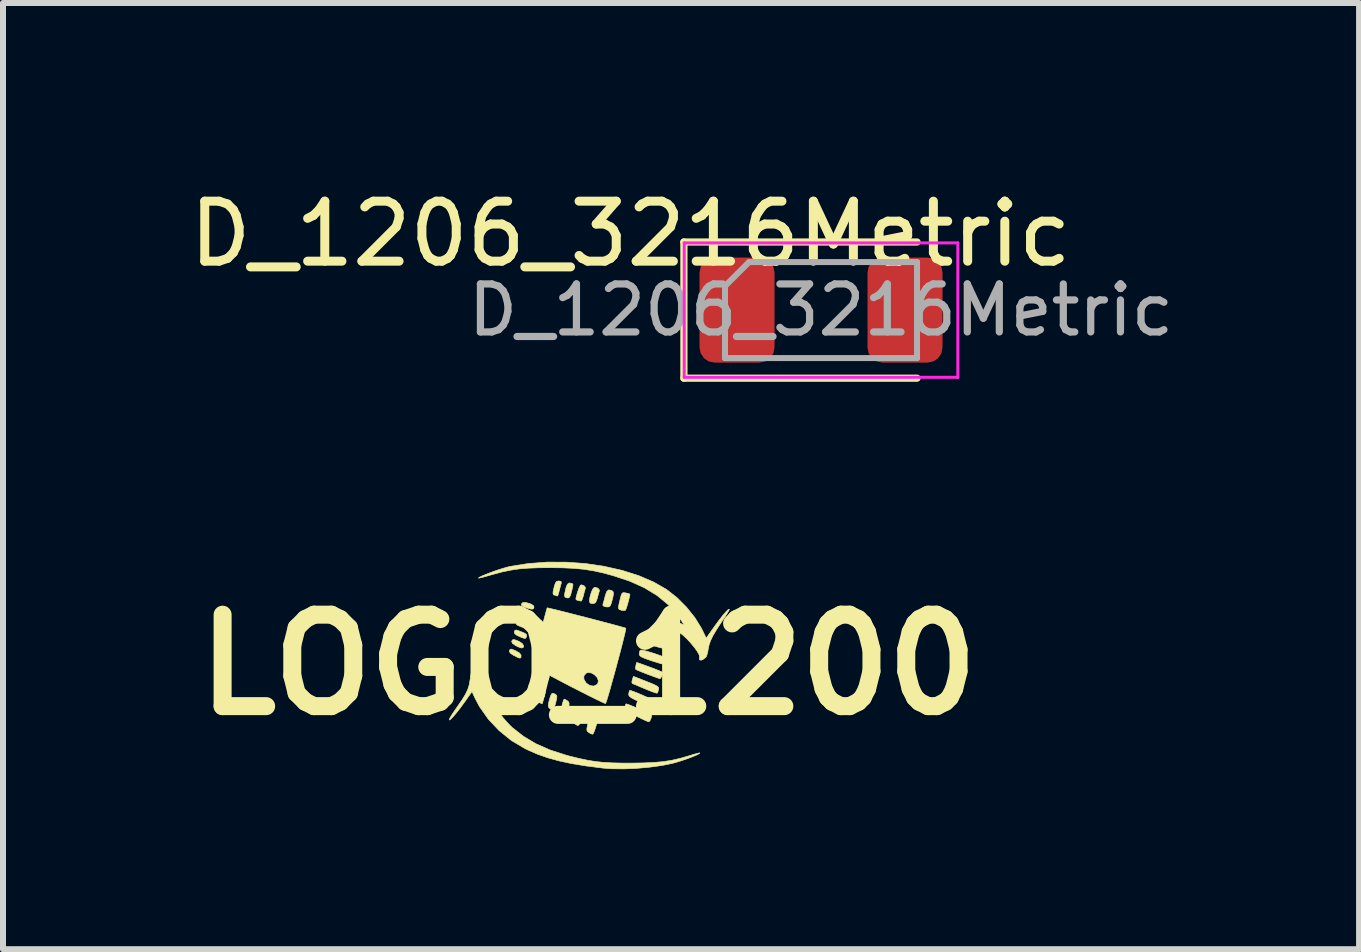
<source format=kicad_pcb>
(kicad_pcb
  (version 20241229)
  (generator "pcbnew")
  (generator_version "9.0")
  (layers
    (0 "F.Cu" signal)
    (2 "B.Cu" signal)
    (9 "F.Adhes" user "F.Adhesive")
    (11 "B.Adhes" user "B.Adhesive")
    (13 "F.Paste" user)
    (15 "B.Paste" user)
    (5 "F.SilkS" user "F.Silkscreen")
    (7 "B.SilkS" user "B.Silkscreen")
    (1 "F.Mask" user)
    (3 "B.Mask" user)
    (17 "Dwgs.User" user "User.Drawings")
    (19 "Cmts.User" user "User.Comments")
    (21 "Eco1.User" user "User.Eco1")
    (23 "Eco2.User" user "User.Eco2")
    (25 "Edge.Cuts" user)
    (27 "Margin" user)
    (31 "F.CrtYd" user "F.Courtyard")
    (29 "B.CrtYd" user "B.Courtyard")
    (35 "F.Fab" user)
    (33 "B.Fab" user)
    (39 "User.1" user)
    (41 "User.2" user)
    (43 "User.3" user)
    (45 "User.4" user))
  (footprint "D_1206_3216Metric"
    (layer "F.Cu")
    (at 10.633 2.118)
    (property "Reference" "D_1206_3216Metric" (at -3.175 -1.27 180) (layer "F.SilkS") (effects (font (size 1 1) (thickness 0.15))))
    (attr smd)
    (fp_line (start -2.285 -1.135) (end -2.285 1.135) (stroke (width 0.12) (type solid)) (layer "F.SilkS"))
    (fp_line (start -2.285 1.135) (end 1.6 1.135) (stroke (width 0.12) (type solid)) (layer "F.SilkS"))
    (fp_line (start 1.6 -1.135) (end -2.285 -1.135) (stroke (width 0.12) (type solid)) (layer "F.SilkS"))
    (fp_line (start -2.28 -1.12) (end 2.28 -1.12) (stroke (width 0.05) (type solid)) (layer "F.CrtYd"))
    (fp_line (start -2.28 1.12) (end -2.28 -1.12) (stroke (width 0.05) (type solid)) (layer "F.CrtYd"))
    (fp_line (start 2.28 -1.12) (end 2.28 1.12) (stroke (width 0.05) (type solid)) (layer "F.CrtYd"))
    (fp_line (start 2.28 1.12) (end -2.28 1.12) (stroke (width 0.05) (type solid)) (layer "F.CrtYd"))
    (fp_line (start -1.6 -0.4) (end -1.6 0.8) (stroke (width 0.1) (type solid)) (layer "F.Fab"))
    (fp_line (start -1.6 0.8) (end 1.6 0.8) (stroke (width 0.1) (type solid)) (layer "F.Fab"))
    (fp_line (start -1.2 -0.8) (end -1.6 -0.4) (stroke (width 0.1) (type solid)) (layer "F.Fab"))
    (fp_line (start 1.6 -0.8) (end -1.2 -0.8) (stroke (width 0.1) (type solid)) (layer "F.Fab"))
    (fp_line (start 1.6 0.8) (end 1.6 -0.8) (stroke (width 0.1) (type solid)) (layer "F.Fab"))
    (fp_text user "${REFERENCE}" (at 0 0 180) (layer "F.Fab") (effects (font (size 0.8 0.8) (thickness 0.12))))
    (pad "1" smd roundrect (at -1.4 0) (size 1.25 1.75) (layers "F.Cu" "F.Mask" "F.Paste") (roundrect_rratio 0.2))
    (pad "2" smd roundrect (at 1.4 0) (size 1.25 1.75) (layers "F.Cu" "F.Mask" "F.Paste") (roundrect_rratio 0.2)))
  (footprint "LOGO_1200"
    (layer "F.Cu")
    (at 6.756 8.029)
    (property "Reference" "LOGO_1200" (at 0 0 0) (layer "F.SilkS") (effects (font (size 1.524 1.524) (thickness 0.3))))
    (attr through_hole)
    (fp_poly (pts (xy -1.041 -0.872) (xy -1.027 -0.868) (xy -0.97 -0.839) (xy -0.953 -0.803) (xy -0.959 -0.774) (xy -0.984 -0.766) (xy -1.036 -0.777) (xy -1.078 -0.792) (xy -1.138 -0.822) (xy -1.16 -0.852) (xy -1.149 -0.874) (xy -1.107 -0.883) (xy -1.041 -0.872)) (stroke (width 0.01) (type solid)) (fill yes) (layer "F.SilkS"))
    (fp_poly (pts (xy -0.962 -1.014) (xy -0.95 -1.009) (xy -0.91 -0.981) (xy -0.907 -0.95) (xy -0.92 -0.931) (xy -0.943 -0.927) (xy -0.99 -0.936) (xy -1.023 -0.946) (xy -1.086 -0.969) (xy -1.115 -0.992) (xy -1.117 -1.012) (xy -1.094 -1.037) (xy -1.04 -1.038) (xy -0.962 -1.014)) (stroke (width 0.01) (type solid)) (fill yes) (layer "F.SilkS"))
    (fp_poly (pts (xy -1.19 -0.404) (xy -1.154 -0.388) (xy -1.101 -0.353) (xy -1.08 -0.316) (xy -1.079 -0.314) (xy -1.089 -0.284) (xy -1.119 -0.28) (xy -1.176 -0.301) (xy -1.211 -0.319) (xy -1.265 -0.356) (xy -1.279 -0.388) (xy -1.278 -0.392) (xy -1.263 -0.416) (xy -1.237 -0.42) (xy -1.19 -0.404)) (stroke (width 0.01) (type solid)) (fill yes) (layer "F.SilkS"))
    (fp_poly (pts (xy -1.242 -0.246) (xy -1.212 -0.233) (xy -1.149 -0.197) (xy -1.123 -0.161) (xy -1.122 -0.149) (xy -1.125 -0.119) (xy -1.14 -0.11) (xy -1.175 -0.121) (xy -1.238 -0.153) (xy -1.241 -0.154) (xy -1.296 -0.189) (xy -1.317 -0.219) (xy -1.315 -0.237) (xy -1.304 -0.258) (xy -1.283 -0.261) (xy -1.242 -0.246)) (stroke (width 0.01) (type solid)) (fill yes) (layer "F.SilkS"))
    (fp_poly (pts (xy -1.165 -0.568) (xy -1.136 -0.557) (xy -1.07 -0.53) (xy -1.036 -0.509) (xy -1.028 -0.487) (xy -1.034 -0.462) (xy -1.046 -0.442) (xy -1.066 -0.439) (xy -1.108 -0.453) (xy -1.146 -0.469) (xy -1.206 -0.499) (xy -1.232 -0.525) (xy -1.234 -0.551) (xy -1.224 -0.574) (xy -1.206 -0.58) (xy -1.165 -0.568)) (stroke (width 0.01) (type solid)) (fill yes) (layer "F.SilkS"))
    (fp_poly (pts (xy -0.93 0.285) (xy -0.913 0.294) (xy -0.898 0.312) (xy -0.897 0.344) (xy -0.91 0.402) (xy -0.914 0.414) (xy -0.94 0.487) (xy -0.967 0.521) (xy -0.996 0.517) (xy -1.009 0.507) (xy -1.021 0.476) (xy -1.015 0.418) (xy -1.007 0.386) (xy -0.985 0.317) (xy -0.961 0.285) (xy -0.93 0.285)) (stroke (width 0.01) (type solid)) (fill yes) (layer "F.SilkS"))
    (fp_poly (pts (xy -1.138 -0.731) (xy -1.082 -0.713) (xy -1.074 -0.71) (xy -1.015 -0.684) (xy -0.99 -0.659) (xy -0.989 -0.633) (xy -0.997 -0.608) (xy -1.01 -0.598) (xy -1.038 -0.603) (xy -1.093 -0.623) (xy -1.117 -0.632) (xy -1.175 -0.655) (xy -1.2 -0.673) (xy -1.2 -0.695) (xy -1.187 -0.717) (xy -1.17 -0.733) (xy -1.138 -0.731)) (stroke (width 0.01) (type solid)) (fill yes) (layer "F.SilkS"))
    (fp_poly (pts (xy -0.297 -1.361) (xy -0.271 -1.354) (xy -0.258 -1.342) (xy -0.259 -1.316) (xy -0.27 -1.263) (xy -0.278 -1.232) (xy -0.297 -1.162) (xy -0.315 -1.125) (xy -0.337 -1.113) (xy -0.367 -1.117) (xy -0.392 -1.13) (xy -0.398 -1.162) (xy -0.392 -1.2) (xy -0.372 -1.289) (xy -0.35 -1.341) (xy -0.323 -1.362) (xy -0.297 -1.361)) (stroke (width 0.01) (type solid)) (fill yes) (layer "F.SilkS"))
    (fp_poly (pts (xy 0.103 -1.291) (xy 0.155 -1.279) (xy 0.182 -1.249) (xy 0.182 -1.226) (xy 0.17 -1.188) (xy 0.154 -1.128) (xy 0.148 -1.106) (xy 0.124 -1.043) (xy 0.09 -1.018) (xy 0.038 -1.025) (xy 0.029 -1.029) (xy 0.018 -1.054) (xy 0.021 -1.104) (xy 0.035 -1.166) (xy 0.056 -1.227) (xy 0.08 -1.273) (xy 0.103 -1.291) (xy 0.103 -1.291)) (stroke (width 0.01) (type solid)) (fill yes) (layer "F.SilkS"))
    (fp_poly (pts (xy -0.769 0.37) (xy -0.743 0.384) (xy -0.722 0.401) (xy -0.715 0.424) (xy -0.72 0.466) (xy -0.735 0.527) (xy -0.752 0.592) (xy -0.766 0.637) (xy -0.771 0.651) (xy -0.789 0.644) (xy -0.815 0.627) (xy -0.837 0.607) (xy -0.845 0.58) (xy -0.84 0.535) (xy -0.828 0.479) (xy -0.812 0.415) (xy -0.799 0.372) (xy -0.792 0.36) (xy -0.769 0.37)) (stroke (width 0.01) (type solid)) (fill yes) (layer "F.SilkS"))
    (fp_poly (pts (xy -0.556 0.488) (xy -0.534 0.505) (xy -0.525 0.527) (xy -0.529 0.567) (xy -0.545 0.634) (xy -0.546 0.638) (xy -0.564 0.703) (xy -0.58 0.748) (xy -0.59 0.761) (xy -0.616 0.749) (xy -0.641 0.732) (xy -0.663 0.71) (xy -0.669 0.68) (xy -0.661 0.629) (xy -0.654 0.6) (xy -0.633 0.524) (xy -0.613 0.484) (xy -0.589 0.474) (xy -0.556 0.488)) (stroke (width 0.01) (type solid)) (fill yes) (layer "F.SilkS"))
    (fp_poly (pts (xy -0.377 0.583) (xy -0.35 0.6) (xy -0.329 0.619) (xy -0.321 0.645) (xy -0.324 0.688) (xy -0.338 0.759) (xy -0.354 0.826) (xy -0.37 0.873) (xy -0.38 0.889) (xy -0.406 0.878) (xy -0.433 0.86) (xy -0.454 0.841) (xy -0.463 0.816) (xy -0.459 0.773) (xy -0.445 0.701) (xy -0.429 0.634) (xy -0.413 0.587) (xy -0.403 0.572) (xy -0.377 0.583)) (stroke (width 0.01) (type solid)) (fill yes) (layer "F.SilkS"))
    (fp_poly (pts (xy 0.053 0.833) (xy 0.095 0.852) (xy 0.101 0.855) (xy 0.164 0.887) (xy 0.128 1.019) (xy 0.106 1.088) (xy 0.086 1.138) (xy 0.072 1.157) (xy 0.042 1.15) (xy 0.008 1.13) (xy -0.016 1.111) (xy -0.026 1.089) (xy -0.024 1.053) (xy -0.01 0.99) (xy -0.005 0.968) (xy 0.013 0.899) (xy 0.026 0.849) (xy 0.033 0.829) (xy 0.053 0.833)) (stroke (width 0.01) (type solid)) (fill yes) (layer "F.SilkS"))
    (fp_poly (pts (xy 0.379 -1.241) (xy 0.4 -1.23) (xy 0.415 -1.213) (xy 0.418 -1.183) (xy 0.409 -1.129) (xy 0.399 -1.089) (xy 0.379 -1.016) (xy 0.359 -0.976) (xy 0.331 -0.963) (xy 0.287 -0.966) (xy 0.279 -0.968) (xy 0.243 -0.984) (xy 0.243 -1.012) (xy 0.256 -1.054) (xy 0.273 -1.117) (xy 0.28 -1.148) (xy 0.304 -1.218) (xy 0.335 -1.248) (xy 0.379 -1.241)) (stroke (width 0.01) (type solid)) (fill yes) (layer "F.SilkS"))
    (fp_poly (pts (xy -0.125 0.726) (xy -0.122 0.728) (xy -0.099 0.747) (xy -0.088 0.767) (xy -0.09 0.798) (xy -0.104 0.853) (xy -0.118 0.902) (xy -0.14 0.972) (xy -0.159 1.006) (xy -0.183 1.011) (xy -0.217 0.991) (xy -0.222 0.987) (xy -0.243 0.968) (xy -0.251 0.943) (xy -0.247 0.9) (xy -0.233 0.828) (xy -0.214 0.751) (xy -0.192 0.711) (xy -0.164 0.704) (xy -0.125 0.726)) (stroke (width 0.01) (type solid)) (fill yes) (layer "F.SilkS"))
    (fp_poly (pts (xy -0.075 -1.32) (xy -0.05 -1.289) (xy -0.051 -1.268) (xy -0.063 -1.23) (xy -0.079 -1.17) (xy -0.084 -1.148) (xy -0.101 -1.094) (xy -0.117 -1.064) (xy -0.123 -1.061) (xy -0.154 -1.068) (xy -0.175 -1.073) (xy -0.197 -1.08) (xy -0.208 -1.091) (xy -0.206 -1.117) (xy -0.193 -1.168) (xy -0.178 -1.219) (xy -0.156 -1.281) (xy -0.134 -1.323) (xy -0.12 -1.333) (xy -0.075 -1.32)) (stroke (width 0.01) (type solid)) (fill yes) (layer "F.SilkS"))
    (fp_poly (pts (xy -0.456 -1.39) (xy -0.451 -1.363) (xy -0.452 -1.36) (xy -0.464 -1.317) (xy -0.481 -1.254) (xy -0.486 -1.233) (xy -0.501 -1.179) (xy -0.512 -1.148) (xy -0.514 -1.145) (xy -0.535 -1.152) (xy -0.556 -1.158) (xy -0.58 -1.167) (xy -0.59 -1.187) (xy -0.587 -1.226) (xy -0.571 -1.295) (xy -0.569 -1.303) (xy -0.55 -1.362) (xy -0.529 -1.39) (xy -0.495 -1.397) (xy -0.493 -1.397) (xy -0.456 -1.39)) (stroke (width 0.01) (type solid)) (fill yes) (layer "F.SilkS"))
    (fp_poly (pts (xy 0.965 0.277) (xy 1.059 0.314) (xy 1.121 0.342) (xy 1.155 0.363) (xy 1.17 0.382) (xy 1.171 0.405) (xy 1.169 0.414) (xy 1.157 0.456) (xy 1.146 0.474) (xy 1.122 0.469) (xy 1.068 0.451) (xy 0.994 0.422) (xy 0.942 0.4) (xy 0.858 0.365) (xy 0.789 0.335) (xy 0.744 0.317) (xy 0.732 0.312) (xy 0.724 0.289) (xy 0.732 0.249) (xy 0.751 0.193) (xy 0.965 0.277)) (stroke (width 0.01) (type solid)) (fill yes) (layer "F.SilkS"))
    (fp_poly (pts (xy 1.011 0.034) (xy 1.098 0.066) (xy 1.17 0.095) (xy 1.217 0.115) (xy 1.231 0.123) (xy 1.235 0.151) (xy 1.223 0.191) (xy 1.204 0.224) (xy 1.191 0.231) (xy 1.165 0.224) (xy 1.11 0.204) (xy 1.034 0.176) (xy 0.988 0.159) (xy 0.905 0.127) (xy 0.839 0.1) (xy 0.798 0.082) (xy 0.789 0.077) (xy 0.785 0.05) (xy 0.791 0.013) (xy 0.805 -0.04) (xy 1.011 0.034)) (stroke (width 0.01) (type solid)) (fill yes) (layer "F.SilkS"))
    (fp_poly (pts (xy 0.614 -1.199) (xy 0.621 -1.198) (xy 0.668 -1.187) (xy 0.691 -1.179) (xy 0.691 -1.179) (xy 0.69 -1.156) (xy 0.679 -1.107) (xy 0.663 -1.044) (xy 0.645 -0.981) (xy 0.628 -0.931) (xy 0.617 -0.908) (xy 0.588 -0.903) (xy 0.55 -0.909) (xy 0.52 -0.919) (xy 0.504 -0.933) (xy 0.501 -0.963) (xy 0.511 -1.017) (xy 0.528 -1.087) (xy 0.545 -1.155) (xy 0.561 -1.191) (xy 0.581 -1.202) (xy 0.614 -1.199)) (stroke (width 0.01) (type solid)) (fill yes) (layer "F.SilkS"))
    (fp_poly (pts (xy 0.71 0.431) (xy 0.762 0.449) (xy 0.837 0.479) (xy 0.909 0.51) (xy 1.003 0.552) (xy 1.064 0.582) (xy 1.098 0.605) (xy 1.11 0.625) (xy 1.109 0.645) (xy 1.092 0.687) (xy 1.082 0.703) (xy 1.059 0.701) (xy 1.006 0.683) (xy 0.931 0.654) (xy 0.868 0.626) (xy 0.777 0.583) (xy 0.718 0.552) (xy 0.686 0.528) (xy 0.673 0.506) (xy 0.672 0.485) (xy 0.681 0.443) (xy 0.688 0.427) (xy 0.71 0.431)) (stroke (width 0.01) (type solid)) (fill yes) (layer "F.SilkS"))
    (fp_poly (pts (xy 0.647 0.656) (xy 0.697 0.674) (xy 0.766 0.702) (xy 0.844 0.736) (xy 0.922 0.77) (xy 0.99 0.802) (xy 1.039 0.826) (xy 1.051 0.834) (xy 1.054 0.857) (xy 1.042 0.897) (xy 1.025 0.935) (xy 1.008 0.951) (xy 0.98 0.942) (xy 0.924 0.917) (xy 0.849 0.881) (xy 0.799 0.856) (xy 0.711 0.809) (xy 0.655 0.775) (xy 0.625 0.747) (xy 0.614 0.721) (xy 0.614 0.712) (xy 0.618 0.669) (xy 0.626 0.651) (xy 0.647 0.656)) (stroke (width 0.01) (type solid)) (fill yes) (layer "F.SilkS"))
    (fp_poly (pts (xy 0.896 -0.243) (xy 0.955 -0.231) (xy 1.034 -0.208) (xy 1.092 -0.19) (xy 1.183 -0.159) (xy 1.242 -0.136) (xy 1.274 -0.117) (xy 1.287 -0.097) (xy 1.288 -0.073) (xy 1.287 -0.068) (xy 1.275 -0.026) (xy 1.259 -0.009) (xy 1.231 -0.013) (xy 1.173 -0.029) (xy 1.095 -0.053) (xy 1.042 -0.07) (xy 0.951 -0.102) (xy 0.893 -0.126) (xy 0.861 -0.147) (xy 0.848 -0.169) (xy 0.847 -0.183) (xy 0.855 -0.226) (xy 0.868 -0.244) (xy 0.896 -0.243)) (stroke (width 0.01) (type solid)) (fill yes) (layer "F.SilkS"))
    (fp_poly (pts (xy 0.943 -0.481) (xy 0.996 -0.469) (xy 1.073 -0.45) (xy 1.142 -0.432) (xy 1.238 -0.406) (xy 1.299 -0.386) (xy 1.334 -0.37) (xy 1.349 -0.352) (xy 1.351 -0.33) (xy 1.35 -0.32) (xy 1.335 -0.278) (xy 1.312 -0.261) (xy 1.279 -0.266) (xy 1.216 -0.28) (xy 1.135 -0.302) (xy 1.09 -0.315) (xy 1.001 -0.343) (xy 0.946 -0.363) (xy 0.917 -0.381) (xy 0.906 -0.401) (xy 0.907 -0.424) (xy 0.915 -0.466) (xy 0.921 -0.483) (xy 0.943 -0.481)) (stroke (width 0.01) (type solid)) (fill yes) (layer "F.SilkS"))
    (fp_poly (pts (xy -0.666 -0.945) (xy -0.61 -0.932) (xy -0.525 -0.912) (xy -0.418 -0.885) (xy -0.293 -0.853) (xy -0.156 -0.818) (xy -0.015 -0.782) (xy 0.126 -0.745) (xy 0.26 -0.71) (xy 0.382 -0.678) (xy 0.485 -0.65) (xy 0.563 -0.628) (xy 0.612 -0.614) (xy 0.624 -0.61) (xy 0.622 -0.587) (xy 0.61 -0.53) (xy 0.589 -0.444) (xy 0.562 -0.336) (xy 0.53 -0.212) (xy 0.494 -0.077) (xy 0.457 0.062) (xy 0.419 0.199) (xy 0.383 0.328) (xy 0.351 0.443) (xy 0.323 0.538) (xy 0.302 0.606) (xy 0.288 0.642) (xy 0.285 0.646) (xy 0.262 0.638) (xy 0.206 0.612) (xy 0.122 0.572) (xy 0.014 0.518) (xy -0.113 0.454) (xy -0.254 0.382) (xy -0.333 0.341) (xy -0.479 0.265) (xy -0.525 0.24) (xy -0.075 0.24) (xy -0.04 0.3) (xy -0.033 0.308) (xy 0.028 0.347) (xy 0.09 0.355) (xy 0.142 0.33) (xy 0.157 0.312) (xy 0.166 0.263) (xy 0.145 0.211) (xy 0.102 0.166) (xy 0.048 0.136) (xy -0.008 0.129) (xy -0.038 0.141) (xy -0.075 0.184) (xy -0.075 0.24) (xy -0.525 0.24) (xy -0.612 0.194) (xy -0.728 0.131) (xy -0.822 0.077) (xy -0.889 0.037) (xy -0.926 0.012) (xy -0.931 0.006) (xy -0.926 -0.02) (xy -0.912 -0.079) (xy -0.891 -0.165) (xy -0.865 -0.269) (xy -0.836 -0.386) (xy -0.805 -0.508) (xy -0.774 -0.628) (xy -0.745 -0.738) (xy -0.72 -0.832) (xy -0.701 -0.903) (xy -0.689 -0.943) (xy -0.687 -0.949) (xy -0.666 -0.945)) (stroke (width 0.01) (type solid)) (fill yes) (layer "F.SilkS"))
    (fp_poly (pts (xy -0.366 -1.71) (xy -0.048 -1.687) (xy 0.262 -1.641) (xy 0.558 -1.574) (xy 0.835 -1.487) (xy 1.085 -1.38) (xy 1.303 -1.255) (xy 1.312 -1.248) (xy 1.479 -1.117) (xy 1.636 -0.959) (xy 1.775 -0.785) (xy 1.885 -0.607) (xy 1.905 -0.566) (xy 1.964 -0.444) (xy 2.104 -0.642) (xy 2.178 -0.743) (xy 2.242 -0.825) (xy 2.295 -0.886) (xy 2.331 -0.921) (xy 2.349 -0.926) (xy 2.349 -0.921) (xy 2.338 -0.897) (xy 2.308 -0.847) (xy 2.263 -0.778) (xy 2.225 -0.722) (xy 2.141 -0.594) (xy 2.079 -0.491) (xy 2.037 -0.405) (xy 2.011 -0.33) (xy 1.997 -0.259) (xy 1.985 -0.194) (xy 1.969 -0.144) (xy 1.962 -0.131) (xy 1.923 -0.096) (xy 1.883 -0.077) (xy 1.855 -0.08) (xy 1.853 -0.083) (xy 1.849 -0.118) (xy 1.853 -0.132) (xy 1.846 -0.165) (xy 1.816 -0.22) (xy 1.768 -0.287) (xy 1.708 -0.36) (xy 1.644 -0.43) (xy 1.582 -0.488) (xy 1.552 -0.512) (xy 1.449 -0.579) (xy 1.365 -0.618) (xy 1.291 -0.634) (xy 1.269 -0.635) (xy 1.22 -0.642) (xy 1.21 -0.663) (xy 1.239 -0.7) (xy 1.245 -0.706) (xy 1.306 -0.734) (xy 1.387 -0.738) (xy 1.476 -0.716) (xy 1.509 -0.701) (xy 1.557 -0.679) (xy 1.585 -0.672) (xy 1.587 -0.674) (xy 1.575 -0.696) (xy 1.544 -0.743) (xy 1.498 -0.806) (xy 1.481 -0.829) (xy 1.329 -1.002) (xy 1.147 -1.153) (xy 0.934 -1.283) (xy 0.687 -1.394) (xy 0.423 -1.482) (xy 0.247 -1.53) (xy 0.085 -1.566) (xy -0.075 -1.591) (xy -0.243 -1.607) (xy -0.432 -1.616) (xy -0.624 -1.618) (xy -0.83 -1.617) (xy -1.003 -1.61) (xy -1.154 -1.598) (xy -1.294 -1.577) (xy -1.431 -1.549) (xy -1.577 -1.51) (xy -1.617 -1.499) (xy -1.704 -1.474) (xy -1.775 -1.455) (xy -1.82 -1.445) (xy -1.832 -1.444) (xy -1.82 -1.457) (xy -1.776 -1.479) (xy -1.708 -1.507) (xy -1.624 -1.539) (xy -1.533 -1.572) (xy -1.443 -1.601) (xy -1.362 -1.625) (xy -1.307 -1.639) (xy -1.002 -1.687) (xy -0.686 -1.711) (xy -0.366 -1.71)) (stroke (width 0.01) (type solid)) (fill yes) (layer "F.SilkS"))
    (fp_poly (pts (xy -1.831 0.085) (xy -1.821 0.125) (xy -1.82 0.137) (xy -1.808 0.177) (xy -1.776 0.239) (xy -1.731 0.307) (xy -1.728 0.311) (xy -1.624 0.434) (xy -1.514 0.531) (xy -1.403 0.599) (xy -1.299 0.632) (xy -1.262 0.635) (xy -1.212 0.64) (xy -1.194 0.658) (xy -1.194 0.669) (xy -1.22 0.715) (xy -1.274 0.741) (xy -1.348 0.745) (xy -1.434 0.727) (xy -1.489 0.704) (xy -1.533 0.686) (xy -1.558 0.683) (xy -1.558 0.683) (xy -1.553 0.705) (xy -1.524 0.751) (xy -1.479 0.812) (xy -1.423 0.881) (xy -1.362 0.951) (xy -1.302 1.014) (xy -1.269 1.046) (xy -1.083 1.192) (xy -0.875 1.316) (xy -0.637 1.421) (xy -0.366 1.508) (xy -0.307 1.524) (xy -0.148 1.563) (xy -0.009 1.592) (xy 0.122 1.613) (xy 0.255 1.627) (xy 0.402 1.635) (xy 0.573 1.639) (xy 0.699 1.639) (xy 0.912 1.636) (xy 1.092 1.628) (xy 1.249 1.614) (xy 1.393 1.591) (xy 1.533 1.559) (xy 1.678 1.517) (xy 1.685 1.515) (xy 1.762 1.491) (xy 1.822 1.475) (xy 1.854 1.468) (xy 1.857 1.469) (xy 1.846 1.482) (xy 1.802 1.505) (xy 1.734 1.533) (xy 1.65 1.565) (xy 1.559 1.596) (xy 1.467 1.625) (xy 1.408 1.641) (xy 1.23 1.678) (xy 1.026 1.706) (xy 0.809 1.726) (xy 0.593 1.735) (xy 0.392 1.733) (xy 0.243 1.722) (xy -0.033 1.687) (xy -0.274 1.648) (xy -0.485 1.603) (xy -0.675 1.551) (xy -0.849 1.49) (xy -1.013 1.418) (xy -1.058 1.396) (xy -1.283 1.263) (xy -1.488 1.097) (xy -1.668 0.906) (xy -1.816 0.696) (xy -1.892 0.551) (xy -1.94 0.447) (xy -2.072 0.633) (xy -2.137 0.722) (xy -2.197 0.799) (xy -2.25 0.861) (xy -2.29 0.903) (xy -2.314 0.921) (xy -2.318 0.91) (xy -2.315 0.901) (xy -2.296 0.866) (xy -2.259 0.807) (xy -2.209 0.735) (xy -2.185 0.7) (xy -2.104 0.583) (xy -2.047 0.489) (xy -2.009 0.409) (xy -1.986 0.334) (xy -1.975 0.268) (xy -1.96 0.19) (xy -1.932 0.138) (xy -1.907 0.113) (xy -1.859 0.081) (xy -1.831 0.085)) (stroke (width 0.01) (type solid)) (fill yes) (layer "F.SilkS")))
  (gr_rect
    (start -3 -3)
    (end 19.6 12.769)
    (stroke (width 0.1) (type default))
    (fill no)
    (layer "Edge.Cuts")))
</source>
